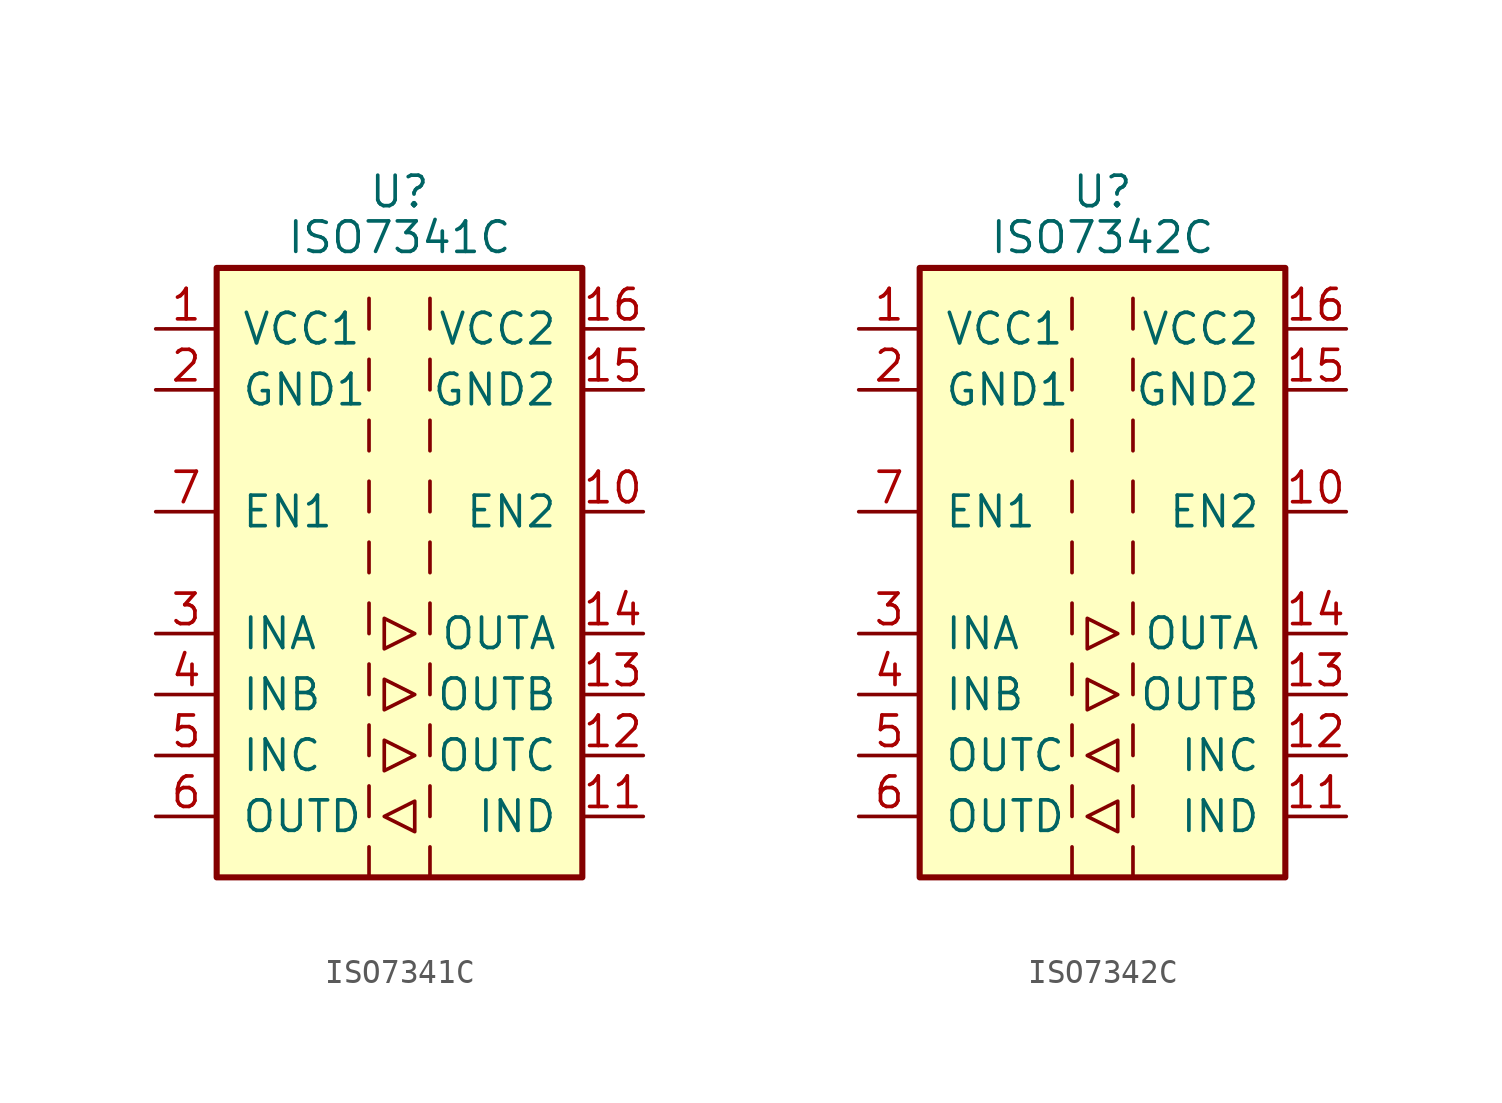
<source format=kicad_sym>
(kicad_symbol_lib
  (version 20220914)
  (generator kicad_symbol_editor)
  (symbol "ISO7341C"
    (pin_names
      (offset 1.016))
    (property "Reference" "U"
      (at 0 15.875 0)
      (effects (font (size 1.27 1.27))))
    (property "Value" "ISO7341C"
      (at 0 13.97 0)
      (effects (font (size 1.27 1.27))))
    (symbol "ISO7341C_0_1"
      (rectangle (start -7.62 12.7) (end 7.62 -12.7) (stroke (width 0.254) (type default)) (fill (type background)))
      (polyline (pts (xy -1.27 -11.43) (xy -1.27 -12.7)) (stroke (width 0) (type default)) (fill (type none)))
      (polyline (pts (xy -1.27 -8.89) (xy -1.27 -10.16)) (stroke (width 0) (type default)) (fill (type none)))
      (polyline (pts (xy -1.27 -6.35) (xy -1.27 -7.62)) (stroke (width 0) (type default)) (fill (type none)))
      (polyline (pts (xy -1.27 -3.81) (xy -1.27 -5.08)) (stroke (width 0) (type default)) (fill (type none)))
      (polyline (pts (xy -1.27 -1.27) (xy -1.27 -2.54)) (stroke (width 0) (type default)) (fill (type none)))
      (polyline (pts (xy -1.27 1.27) (xy -1.27 0)) (stroke (width 0) (type default)) (fill (type none)))
      (polyline (pts (xy -1.27 3.81) (xy -1.27 2.54)) (stroke (width 0) (type default)) (fill (type none)))
      (polyline (pts (xy -1.27 6.35) (xy -1.27 5.08)) (stroke (width 0) (type default)) (fill (type none)))
      (polyline (pts (xy -1.27 8.89) (xy -1.27 7.62)) (stroke (width 0) (type default)) (fill (type none)))
      (polyline (pts (xy -1.27 11.43) (xy -1.27 10.16)) (stroke (width 0) (type default)) (fill (type none)))
      (polyline (pts (xy 1.27 -11.43) (xy 1.27 -12.7)) (stroke (width 0) (type default)) (fill (type none)))
      (polyline (pts (xy 1.27 -8.89) (xy 1.27 -10.16)) (stroke (width 0) (type default)) (fill (type none)))
      (polyline (pts (xy 1.27 -6.35) (xy 1.27 -7.62)) (stroke (width 0) (type default)) (fill (type none)))
      (polyline (pts (xy 1.27 -3.81) (xy 1.27 -5.08)) (stroke (width 0) (type default)) (fill (type none)))
      (polyline (pts (xy 1.27 -1.27) (xy 1.27 -2.54)) (stroke (width 0) (type default)) (fill (type none)))
      (polyline (pts (xy 1.27 1.27) (xy 1.27 0)) (stroke (width 0) (type default)) (fill (type none)))
      (polyline (pts (xy 1.27 3.81) (xy 1.27 2.54)) (stroke (width 0) (type default)) (fill (type none)))
      (polyline (pts (xy 1.27 6.35) (xy 1.27 5.08)) (stroke (width 0) (type default)) (fill (type none)))
      (polyline (pts (xy 1.27 8.89) (xy 1.27 7.62)) (stroke (width 0) (type default)) (fill (type none)))
      (polyline (pts (xy 1.27 11.43) (xy 1.27 10.16)) (stroke (width 0) (type default)) (fill (type none)))
      (polyline (pts (xy -0.635 -10.16) (xy 0.635 -9.525) (xy 0.635 -10.795) (xy -0.635 -10.16)) (stroke (width 0) (type default)) (fill (type none)))
      (polyline (pts (xy -0.635 -6.985) (xy -0.635 -8.255) (xy 0.635 -7.62) (xy -0.635 -6.985)) (stroke (width 0) (type default)) (fill (type none)))
      (polyline (pts (xy -0.635 -4.445) (xy -0.635 -5.715) (xy 0.635 -5.08) (xy -0.635 -4.445)) (stroke (width 0) (type default)) (fill (type none)))
      (polyline (pts (xy -0.635 -1.905) (xy -0.635 -3.175) (xy 0.635 -2.54) (xy -0.635 -1.905)) (stroke (width 0) (type default)) (fill (type none))))
    (symbol "ISO7341C_1_1"
      (pin power_in line (at -10.16 10.16 0) (length 2.54) (name "VCC1" (effects (font (size 1.27 1.27)))) (number "1" (effects (font (size 1.27 1.27)))))
      (pin input line (at 10.16 2.54 180) (length 2.54) (name "EN2" (effects (font (size 1.27 1.27)))) (number "10" (effects (font (size 1.27 1.27)))))
      (pin input line (at 10.16 -10.16 180) (length 2.54) (name "IND" (effects (font (size 1.27 1.27)))) (number "11" (effects (font (size 1.27 1.27)))))
      (pin output line (at 10.16 -7.62 180) (length 2.54) (name "OUTC" (effects (font (size 1.27 1.27)))) (number "12" (effects (font (size 1.27 1.27)))))
      (pin output line (at 10.16 -5.08 180) (length 2.54) (name "OUTB" (effects (font (size 1.27 1.27)))) (number "13" (effects (font (size 1.27 1.27)))))
      (pin output line (at 10.16 -2.54 180) (length 2.54) (name "OUTA" (effects (font (size 1.27 1.27)))) (number "14" (effects (font (size 1.27 1.27)))))
      (pin power_in line (at 10.16 7.62 180) (length 2.54) (name "GND2" (effects (font (size 1.27 1.27)))) (number "15" (effects (font (size 1.27 1.27)))))
      (pin power_in line (at 10.16 10.16 180) (length 2.54) (name "VCC2" (effects (font (size 1.27 1.27)))) (number "16" (effects (font (size 1.27 1.27)))))
      (pin power_in line (at -10.16 7.62 0) (length 2.54) (name "GND1" (effects (font (size 1.27 1.27)))) (number "2" (effects (font (size 1.27 1.27)))))
      (pin input line (at -10.16 -2.54 0) (length 2.54) (name "INA" (effects (font (size 1.27 1.27)))) (number "3" (effects (font (size 1.27 1.27)))))
      (pin input line (at -10.16 -5.08 0) (length 2.54) (name "INB" (effects (font (size 1.27 1.27)))) (number "4" (effects (font (size 1.27 1.27)))))
      (pin input line (at -10.16 -7.62 0) (length 2.54) (name "INC" (effects (font (size 1.27 1.27)))) (number "5" (effects (font (size 1.27 1.27)))))
      (pin output line (at -10.16 -10.16 0) (length 2.54) (name "OUTD" (effects (font (size 1.27 1.27)))) (number "6" (effects (font (size 1.27 1.27)))))
      (pin input line (at -10.16 2.54 0) (length 2.54) (name "EN1" (effects (font (size 1.27 1.27)))) (number "7" (effects (font (size 1.27 1.27)))))
      (pin passive line (at -10.16 7.62 0) (length 2.54) hide (name "GND1" (effects (font (size 1.27 1.27)))) (number "8" (effects (font (size 1.27 1.27)))))
      (pin passive line (at 10.16 7.62 180) (length 2.54) hide (name "GND2" (effects (font (size 1.27 1.27)))) (number "9" (effects (font (size 1.27 1.27)))))))
  (symbol "ISO7342C"
    (pin_names
      (offset 1.016))
    (property "Reference" "U"
      (at 0 15.875 0)
      (effects (font (size 1.27 1.27))))
    (property "Value" "ISO7342C"
      (at 0 13.97 0)
      (effects (font (size 1.27 1.27))))
    (symbol "ISO7342C_0_1"
      (rectangle (start -7.62 12.7) (end 7.62 -12.7) (stroke (width 0.254) (type default)) (fill (type background)))
      (polyline (pts (xy -1.27 -11.43) (xy -1.27 -12.7)) (stroke (width 0) (type default)) (fill (type none)))
      (polyline (pts (xy -1.27 -8.89) (xy -1.27 -10.16)) (stroke (width 0) (type default)) (fill (type none)))
      (polyline (pts (xy -1.27 -6.35) (xy -1.27 -7.62)) (stroke (width 0) (type default)) (fill (type none)))
      (polyline (pts (xy -1.27 -3.81) (xy -1.27 -5.08)) (stroke (width 0) (type default)) (fill (type none)))
      (polyline (pts (xy -1.27 -1.27) (xy -1.27 -2.54)) (stroke (width 0) (type default)) (fill (type none)))
      (polyline (pts (xy -1.27 1.27) (xy -1.27 0)) (stroke (width 0) (type default)) (fill (type none)))
      (polyline (pts (xy -1.27 3.81) (xy -1.27 2.54)) (stroke (width 0) (type default)) (fill (type none)))
      (polyline (pts (xy -1.27 6.35) (xy -1.27 5.08)) (stroke (width 0) (type default)) (fill (type none)))
      (polyline (pts (xy -1.27 8.89) (xy -1.27 7.62)) (stroke (width 0) (type default)) (fill (type none)))
      (polyline (pts (xy -1.27 11.43) (xy -1.27 10.16)) (stroke (width 0) (type default)) (fill (type none)))
      (polyline (pts (xy 1.27 -11.43) (xy 1.27 -12.7)) (stroke (width 0) (type default)) (fill (type none)))
      (polyline (pts (xy 1.27 -8.89) (xy 1.27 -10.16)) (stroke (width 0) (type default)) (fill (type none)))
      (polyline (pts (xy 1.27 -6.35) (xy 1.27 -7.62)) (stroke (width 0) (type default)) (fill (type none)))
      (polyline (pts (xy 1.27 -3.81) (xy 1.27 -5.08)) (stroke (width 0) (type default)) (fill (type none)))
      (polyline (pts (xy 1.27 -1.27) (xy 1.27 -2.54)) (stroke (width 0) (type default)) (fill (type none)))
      (polyline (pts (xy 1.27 1.27) (xy 1.27 0)) (stroke (width 0) (type default)) (fill (type none)))
      (polyline (pts (xy 1.27 3.81) (xy 1.27 2.54)) (stroke (width 0) (type default)) (fill (type none)))
      (polyline (pts (xy 1.27 6.35) (xy 1.27 5.08)) (stroke (width 0) (type default)) (fill (type none)))
      (polyline (pts (xy 1.27 8.89) (xy 1.27 7.62)) (stroke (width 0) (type default)) (fill (type none)))
      (polyline (pts (xy 1.27 11.43) (xy 1.27 10.16)) (stroke (width 0) (type default)) (fill (type none)))
      (polyline (pts (xy -0.635 -10.16) (xy 0.635 -9.525) (xy 0.635 -10.795) (xy -0.635 -10.16)) (stroke (width 0) (type default)) (fill (type none)))
      (polyline (pts (xy -0.635 -7.62) (xy 0.635 -6.985) (xy 0.635 -8.255) (xy -0.635 -7.62)) (stroke (width 0) (type default)) (fill (type none)))
      (polyline (pts (xy -0.635 -4.445) (xy -0.635 -5.715) (xy 0.635 -5.08) (xy -0.635 -4.445)) (stroke (width 0) (type default)) (fill (type none)))
      (polyline (pts (xy -0.635 -1.905) (xy -0.635 -3.175) (xy 0.635 -2.54) (xy -0.635 -1.905)) (stroke (width 0) (type default)) (fill (type none))))
    (symbol "ISO7342C_1_1"
      (pin power_in line (at -10.16 10.16 0) (length 2.54) (name "VCC1" (effects (font (size 1.27 1.27)))) (number "1" (effects (font (size 1.27 1.27)))))
      (pin input line (at 10.16 2.54 180) (length 2.54) (name "EN2" (effects (font (size 1.27 1.27)))) (number "10" (effects (font (size 1.27 1.27)))))
      (pin input line (at 10.16 -10.16 180) (length 2.54) (name "IND" (effects (font (size 1.27 1.27)))) (number "11" (effects (font (size 1.27 1.27)))))
      (pin input line (at 10.16 -7.62 180) (length 2.54) (name "INC" (effects (font (size 1.27 1.27)))) (number "12" (effects (font (size 1.27 1.27)))))
      (pin output line (at 10.16 -5.08 180) (length 2.54) (name "OUTB" (effects (font (size 1.27 1.27)))) (number "13" (effects (font (size 1.27 1.27)))))
      (pin output line (at 10.16 -2.54 180) (length 2.54) (name "OUTA" (effects (font (size 1.27 1.27)))) (number "14" (effects (font (size 1.27 1.27)))))
      (pin power_in line (at 10.16 7.62 180) (length 2.54) (name "GND2" (effects (font (size 1.27 1.27)))) (number "15" (effects (font (size 1.27 1.27)))))
      (pin power_in line (at 10.16 10.16 180) (length 2.54) (name "VCC2" (effects (font (size 1.27 1.27)))) (number "16" (effects (font (size 1.27 1.27)))))
      (pin power_in line (at -10.16 7.62 0) (length 2.54) (name "GND1" (effects (font (size 1.27 1.27)))) (number "2" (effects (font (size 1.27 1.27)))))
      (pin input line (at -10.16 -2.54 0) (length 2.54) (name "INA" (effects (font (size 1.27 1.27)))) (number "3" (effects (font (size 1.27 1.27)))))
      (pin input line (at -10.16 -5.08 0) (length 2.54) (name "INB" (effects (font (size 1.27 1.27)))) (number "4" (effects (font (size 1.27 1.27)))))
      (pin output line (at -10.16 -7.62 0) (length 2.54) (name "OUTC" (effects (font (size 1.27 1.27)))) (number "5" (effects (font (size 1.27 1.27)))))
      (pin output line (at -10.16 -10.16 0) (length 2.54) (name "OUTD" (effects (font (size 1.27 1.27)))) (number "6" (effects (font (size 1.27 1.27)))))
      (pin input line (at -10.16 2.54 0) (length 2.54) (name "EN1" (effects (font (size 1.27 1.27)))) (number "7" (effects (font (size 1.27 1.27)))))
      (pin passive line (at -10.16 7.62 0) (length 2.54) hide (name "GND1" (effects (font (size 1.27 1.27)))) (number "8" (effects (font (size 1.27 1.27)))))
      (pin passive line (at 10.16 7.62 180) (length 2.54) hide (name "GND2" (effects (font (size 1.27 1.27)))) (number "9" (effects (font (size 1.27 1.27))))))))
</source>
